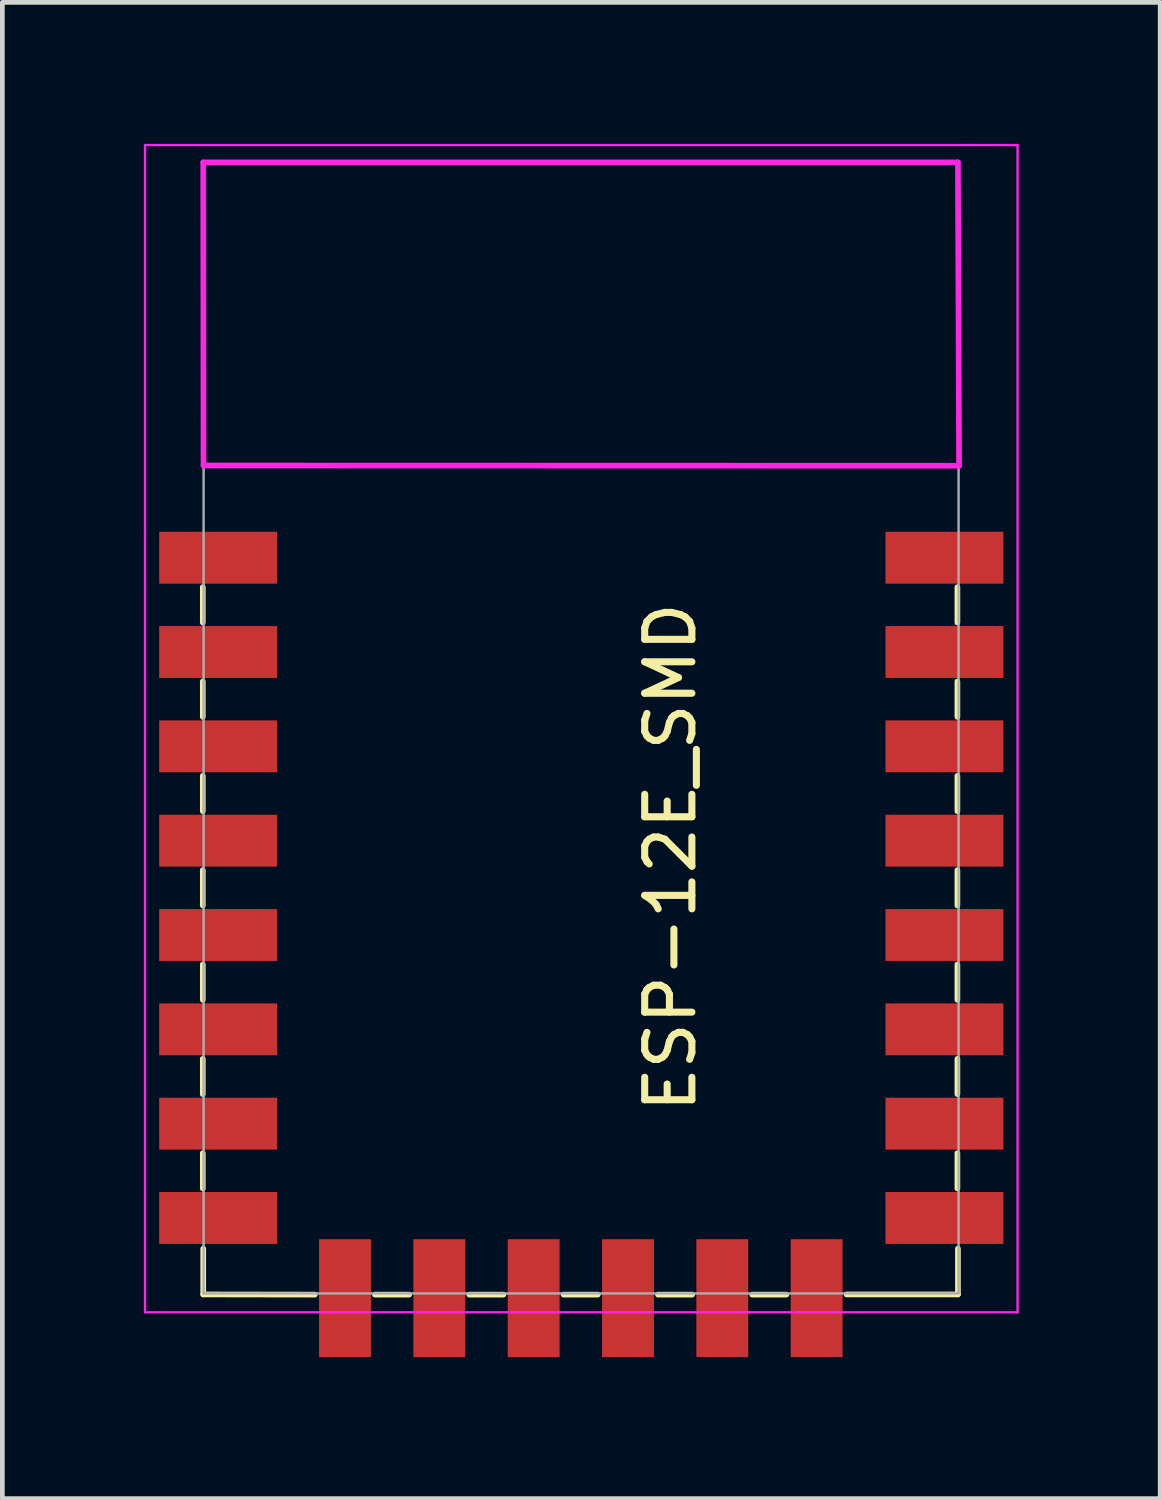
<source format=kicad_pcb>
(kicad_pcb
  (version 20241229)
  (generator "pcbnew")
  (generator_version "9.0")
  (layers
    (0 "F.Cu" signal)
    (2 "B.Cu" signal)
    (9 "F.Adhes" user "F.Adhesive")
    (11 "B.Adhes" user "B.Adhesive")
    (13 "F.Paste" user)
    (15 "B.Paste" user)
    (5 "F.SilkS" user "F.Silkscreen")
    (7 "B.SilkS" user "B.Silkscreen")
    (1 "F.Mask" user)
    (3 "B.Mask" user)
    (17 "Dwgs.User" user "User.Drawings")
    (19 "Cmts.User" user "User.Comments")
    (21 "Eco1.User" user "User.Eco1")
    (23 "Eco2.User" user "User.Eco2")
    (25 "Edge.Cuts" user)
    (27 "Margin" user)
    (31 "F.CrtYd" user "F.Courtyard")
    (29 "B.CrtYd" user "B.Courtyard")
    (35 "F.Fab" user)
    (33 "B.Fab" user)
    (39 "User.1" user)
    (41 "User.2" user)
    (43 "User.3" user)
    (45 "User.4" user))
  (footprint "ESP-12E_SMD"
    (layer "F.Cu")
    (at 2.275 8.775)
    (property "Reference" "ESP-12E_SMD" (at 8.89 6.35 90) (layer "F.SilkS") (effects (font (size 1 1) (thickness 0.15))))
    (attr through_hole)
    (fp_line (start -1.025 1.375) (end -1.025 0.625) (stroke (width 0.12) (type solid)) (layer "F.SilkS"))
    (fp_line (start -1.025 3.375) (end -1.025 2.625) (stroke (width 0.12) (type solid)) (layer "F.SilkS"))
    (fp_line (start -1.025 5.375) (end -1.025 4.625) (stroke (width 0.12) (type solid)) (layer "F.SilkS"))
    (fp_line (start -1.025 7.375) (end -1.025 6.625) (stroke (width 0.12) (type solid)) (layer "F.SilkS"))
    (fp_line (start -1.025 9.375) (end -1.025 8.625) (stroke (width 0.12) (type solid)) (layer "F.SilkS"))
    (fp_line (start -1.025 11.375) (end -1.025 10.625) (stroke (width 0.12) (type solid)) (layer "F.SilkS"))
    (fp_line (start -1.025 13.375) (end -1.025 12.625) (stroke (width 0.12) (type solid)) (layer "F.SilkS"))
    (fp_line (start -1.016 14.65) (end -1.016 15.621) (stroke (width 0.12) (type solid)) (layer "F.SilkS"))
    (fp_line (start 1.35 15.625) (end -1.016 15.621) (stroke (width 0.12) (type solid)) (layer "F.SilkS"))
    (fp_line (start 3.35 15.625) (end 2.625 15.625) (stroke (width 0.12) (type solid)) (layer "F.SilkS"))
    (fp_line (start 5.35 15.625) (end 4.625 15.625) (stroke (width 0.12) (type solid)) (layer "F.SilkS"))
    (fp_line (start 7.35 15.625) (end 6.625 15.625) (stroke (width 0.12) (type solid)) (layer "F.SilkS"))
    (fp_line (start 9.35 15.625) (end 8.625 15.625) (stroke (width 0.12) (type solid)) (layer "F.SilkS"))
    (fp_line (start 11.35 15.625) (end 10.625 15.625) (stroke (width 0.12) (type solid)) (layer "F.SilkS"))
    (fp_line (start 14.975 1.375) (end 14.975 0.625) (stroke (width 0.12) (type solid)) (layer "F.SilkS"))
    (fp_line (start 14.975 3.375) (end 14.975 2.625) (stroke (width 0.12) (type solid)) (layer "F.SilkS"))
    (fp_line (start 14.975 5.375) (end 14.975 4.625) (stroke (width 0.12) (type solid)) (layer "F.SilkS"))
    (fp_line (start 14.975 7.375) (end 14.975 6.625) (stroke (width 0.12) (type solid)) (layer "F.SilkS"))
    (fp_line (start 14.975 9.375) (end 14.975 8.625) (stroke (width 0.12) (type solid)) (layer "F.SilkS"))
    (fp_line (start 14.975 11.375) (end 14.975 10.625) (stroke (width 0.12) (type solid)) (layer "F.SilkS"))
    (fp_line (start 14.975 13.375) (end 14.975 12.625) (stroke (width 0.12) (type solid)) (layer "F.SilkS"))
    (fp_line (start 14.986 15.621) (end 12.625 15.621) (stroke (width 0.12) (type solid)) (layer "F.SilkS"))
    (fp_line (start 14.986 15.621) (end 14.986 14.65) (stroke (width 0.12) (type solid)) (layer "F.SilkS"))
    (fp_line (start -2.25 -8.75) (end 15.25 -8.75) (stroke (width 0.05) (type solid)) (layer "F.CrtYd"))
    (fp_line (start -2.25 -0.5) (end -2.25 -8.75) (stroke (width 0.05) (type solid)) (layer "F.CrtYd"))
    (fp_line (start -2.25 16) (end -2.25 -0.5) (stroke (width 0.05) (type solid)) (layer "F.CrtYd"))
    (fp_line (start -1.016 -8.382) (end -1.01 -1.955) (stroke (width 0.12) (type solid)) (layer "F.CrtYd"))
    (fp_line (start -1.016 -8.382) (end 14.986 -8.382) (stroke (width 0.12) (type solid)) (layer "F.CrtYd"))
    (fp_line (start -1.01 -1.955) (end 15.01 -1.95) (stroke (width 0.12) (type solid)) (layer "F.CrtYd"))
    (fp_line (start 14.986 -8.382) (end 15.01 -1.95) (stroke (width 0.12) (type solid)) (layer "F.CrtYd"))
    (fp_line (start 15.25 -8.75) (end 16.25 -8.75) (stroke (width 0.05) (type solid)) (layer "F.CrtYd"))
    (fp_line (start 16.25 -8.75) (end 16.25 16) (stroke (width 0.05) (type solid)) (layer "F.CrtYd"))
    (fp_line (start 16.25 16) (end -2.25 16) (stroke (width 0.05) (type solid)) (layer "F.CrtYd"))
    (fp_line (start -1.008 -8.4) (end 14.992 -8.4) (stroke (width 0.05) (type solid)) (layer "F.Fab"))
    (fp_line (start -1.008 15.6) (end -1.008 -8.4) (stroke (width 0.05) (type solid)) (layer "F.Fab"))
    (fp_line (start 15 -8.4) (end 15 15.6) (stroke (width 0.05) (type solid)) (layer "F.Fab"))
    (fp_line (start 15 15.6) (end -1.008 15.6) (stroke (width 0.05) (type solid)) (layer "F.Fab"))
    (pad "1" smd rect (at 0 0) (size 2.5 1.1) (drill (offset -0.7 0)) (layers "F.Cu" "F.Mask" "F.Paste"))
    (pad "2" smd rect (at 0 2) (size 2.5 1.1) (drill (offset -0.7 0)) (layers "F.Cu" "F.Mask" "F.Paste"))
    (pad "3" smd rect (at 0 4) (size 2.5 1.1) (drill (offset -0.7 0)) (layers "F.Cu" "F.Mask" "F.Paste"))
    (pad "4" smd rect (at 0 6) (size 2.5 1.1) (drill (offset -0.7 0)) (layers "F.Cu" "F.Mask" "F.Paste"))
    (pad "5" smd rect (at 0 8) (size 2.5 1.1) (drill (offset -0.7 0)) (layers "F.Cu" "F.Mask" "F.Paste"))
    (pad "6" smd rect (at 0 10) (size 2.5 1.1) (drill (offset -0.7 0)) (layers "F.Cu" "F.Mask" "F.Paste"))
    (pad "7" smd rect (at 0 12) (size 2.5 1.1) (drill (offset -0.7 0)) (layers "F.Cu" "F.Mask" "F.Paste"))
    (pad "8" smd rect (at 0 14) (size 2.5 1.1) (drill (offset -0.7 0)) (layers "F.Cu" "F.Mask" "F.Paste"))
    (pad "9" smd rect (at 14 14) (size 2.5 1.1) (drill (offset 0.7 0)) (layers "F.Cu" "F.Mask" "F.Paste"))
    (pad "10" smd rect (at 14 12) (size 2.5 1.1) (drill (offset 0.7 0)) (layers "F.Cu" "F.Mask" "F.Paste"))
    (pad "11" smd rect (at 14 10) (size 2.5 1.1) (drill (offset 0.7 0)) (layers "F.Cu" "F.Mask" "F.Paste"))
    (pad "12" smd rect (at 14 8) (size 2.5 1.1) (drill (offset 0.7 0)) (layers "F.Cu" "F.Mask" "F.Paste"))
    (pad "13" smd rect (at 14 6) (size 2.5 1.1) (drill (offset 0.7 0)) (layers "F.Cu" "F.Mask" "F.Paste"))
    (pad "14" smd rect (at 14 4) (size 2.5 1.1) (drill (offset 0.7 0)) (layers "F.Cu" "F.Mask" "F.Paste"))
    (pad "15" smd rect (at 14 2) (size 2.5 1.1) (drill (offset 0.7 0)) (layers "F.Cu" "F.Mask" "F.Paste"))
    (pad "16" smd rect (at 14 0) (size 2.5 1.1) (drill (offset 0.7 0)) (layers "F.Cu" "F.Mask" "F.Paste"))
    (pad "17" smd rect (at 1.99 15 90) (size 2.5 1.1) (drill (offset -0.7 0)) (layers "F.Cu" "F.Mask" "F.Paste"))
    (pad "18" smd rect (at 3.99 15 90) (size 2.5 1.1) (drill (offset -0.7 0)) (layers "F.Cu" "F.Mask" "F.Paste"))
    (pad "19" smd rect (at 5.99 15 90) (size 2.5 1.1) (drill (offset -0.7 0)) (layers "F.Cu" "F.Mask" "F.Paste"))
    (pad "20" smd rect (at 7.99 15 90) (size 2.5 1.1) (drill (offset -0.7 0)) (layers "F.Cu" "F.Mask" "F.Paste"))
    (pad "21" smd rect (at 9.99 15 90) (size 2.5 1.1) (drill (offset -0.7 0)) (layers "F.Cu" "F.Mask" "F.Paste"))
    (pad "22" smd rect (at 11.99 15 90) (size 2.5 1.1) (drill (offset -0.7 0)) (layers "F.Cu" "F.Mask" "F.Paste")))
  (gr_rect
    (start -3 -3)
    (end 21.55 28.725)
    (stroke (width 0.1) (type default))
    (fill no)
    (layer "Edge.Cuts")))
</source>
